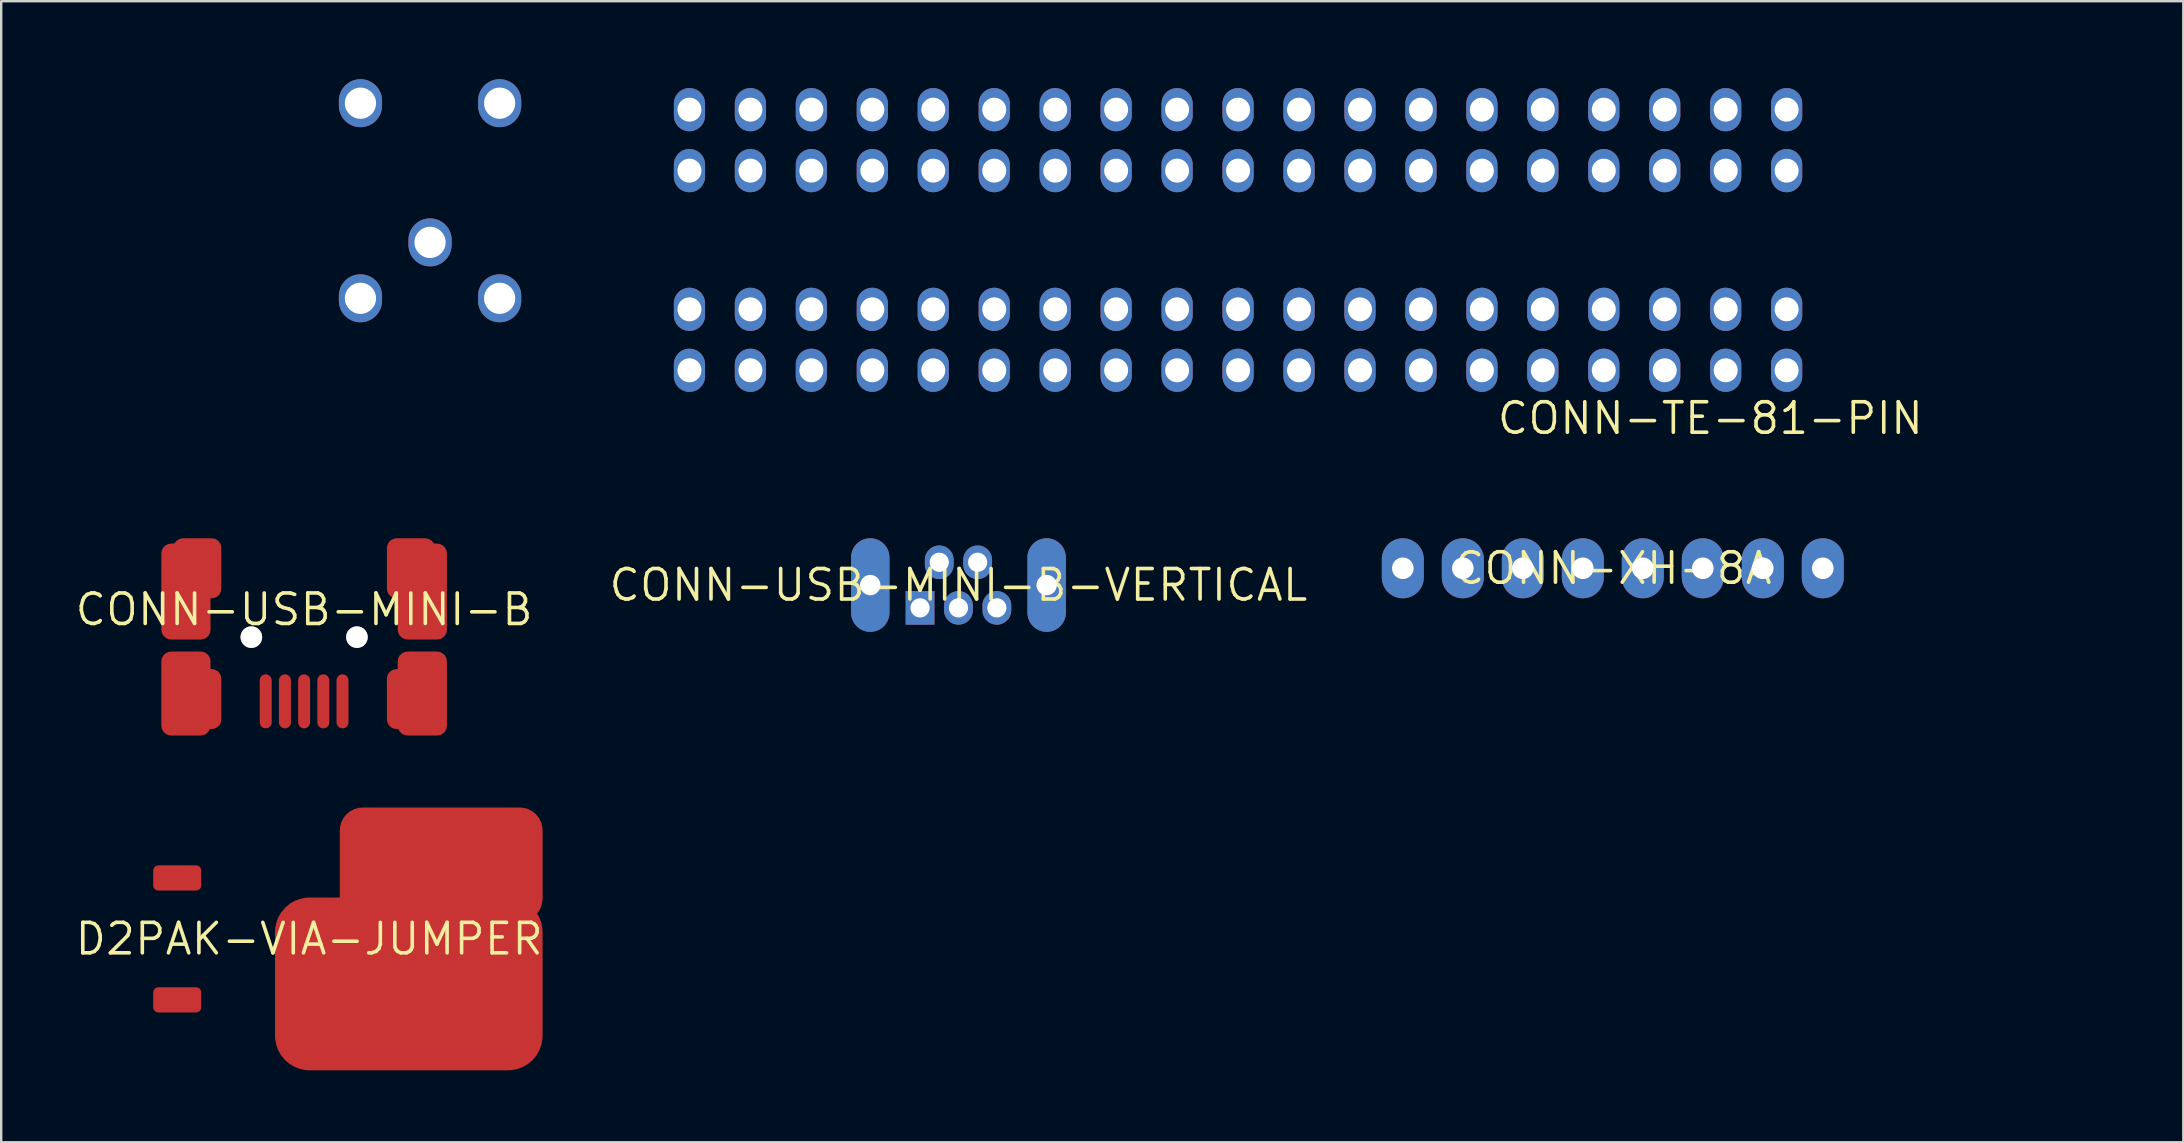
<source format=kicad_pcb>
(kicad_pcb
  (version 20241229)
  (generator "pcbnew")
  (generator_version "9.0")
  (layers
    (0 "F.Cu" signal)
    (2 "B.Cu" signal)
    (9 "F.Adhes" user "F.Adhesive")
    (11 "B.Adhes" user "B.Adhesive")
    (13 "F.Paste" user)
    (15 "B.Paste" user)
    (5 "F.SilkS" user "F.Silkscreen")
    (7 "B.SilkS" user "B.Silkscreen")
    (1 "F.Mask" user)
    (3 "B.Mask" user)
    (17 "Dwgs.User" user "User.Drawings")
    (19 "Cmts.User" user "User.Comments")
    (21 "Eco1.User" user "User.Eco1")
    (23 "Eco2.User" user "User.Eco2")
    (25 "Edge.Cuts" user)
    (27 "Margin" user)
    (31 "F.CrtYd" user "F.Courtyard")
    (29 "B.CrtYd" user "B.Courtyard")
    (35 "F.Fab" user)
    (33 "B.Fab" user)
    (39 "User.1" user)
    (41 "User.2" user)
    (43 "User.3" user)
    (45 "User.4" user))
  (footprint "CONN-XH-8A"
    (layer "F.Cu")
    (at 64.156 20.63)
    (property "Reference" "CONN-XH-8A" (at 0 0 0) (layer "F.SilkS") (effects (font (size 1.27 1.27) (thickness 0.15))))
    (attr through_hole)
    (pad "1" thru_hole oval (at -8.75 0) (size 1.75 2.5) (drill 0.9) (layers "F.Cu" "F.Mask"))
    (pad "2" thru_hole oval (at -6.25 0) (size 1.75 2.5) (drill 0.9) (layers "F.Cu" "F.Mask"))
    (pad "3" thru_hole oval (at -3.75 0) (size 1.75 2.5) (drill 0.9) (layers "F.Cu" "F.Mask"))
    (pad "4" thru_hole oval (at -1.25 0) (size 1.75 2.5) (drill 0.9) (layers "F.Cu" "F.Mask"))
    (pad "5" thru_hole oval (at 1.25 0) (size 1.75 2.5) (drill 0.9) (layers "F.Cu" "F.Mask"))
    (pad "6" thru_hole oval (at 3.75 0) (size 1.75 2.5) (drill 0.9) (layers "F.Cu" "F.Mask"))
    (pad "7" thru_hole oval (at 6.25 0) (size 1.75 2.5) (drill 0.9) (layers "F.Cu" "F.Mask"))
    (pad "8" thru_hole oval (at 8.75 0) (size 1.75 2.5) (drill 0.9) (layers "F.Cu" "F.Mask")))
  (footprint "CONN-USB-MINI-B"
    (layer "F.Cu")
    (at 9.623 22.349)
    (property "Reference" "CONN-USB-MINI-B" (at 0 0 0) (layer "F.SilkS") (effects (font (size 1.27 1.27) (thickness 0.15))))
    (attr through_hole)
    (pad "1" smd oval (at 1.6 3.826 180) (size 0.5 2.25) (layers "F.Cu" "F.Mask"))
    (pad "2" smd oval (at 0.8 3.826 180) (size 0.5 2.25) (layers "F.Cu" "F.Mask"))
    (pad "3" smd oval (at 0 3.826 180) (size 0.5 2.25) (layers "F.Cu" "F.Mask"))
    (pad "4" smd oval (at -0.8 3.826 180) (size 0.5 2.25) (layers "F.Cu" "F.Mask"))
    (pad "5" smd oval (at -1.6 3.826 180) (size 0.5 2.25) (layers "F.Cu" "F.Mask"))
    (pad "6" thru_hole oval (at 2.2 1.151 180) (size 0.9 0.9) (drill 0.9) (layers "F.Cu" "F.Mask"))
    (pad "7" thru_hole oval (at -2.2 1.151) (size 0.9 0.9) (drill 0.9) (layers "F.Cu" "F.Mask"))
    (pad "8" smd roundrect (at -4.925 3.501) (size 2.05 3.5) (layers "F.Cu" "F.Mask") (roundrect_rratio 0.2))
    (pad "9" smd roundrect (at -4.925 -0.749) (size 2.05 4) (layers "F.Cu" "F.Mask") (roundrect_rratio 0.2))
    (pad "10" smd roundrect (at 4.925 3.501 180) (size 2.05 3.5) (layers "F.Cu" "F.Mask") (roundrect_rratio 0.2))
    (pad "11" smd roundrect (at 4.925 -0.749 180) (size 2.05 4) (layers "F.Cu" "F.Mask") (roundrect_rratio 0.2))
    (pad "12" smd roundrect (at 4.45 3.731 180) (size 2 2.5) (layers "F.Cu" "F.Mask") (roundrect_rratio 0.2))
    (pad "13" smd roundrect (at 4.45 -1.719 180) (size 2 2.5) (layers "F.Cu" "F.Mask") (roundrect_rratio 0.2))
    (pad "14" smd roundrect (at -4.45 -1.719) (size 2 2.5) (layers "F.Cu" "F.Mask") (roundrect_rratio 0.2))
    (pad "15" smd roundrect (at -4.45 3.731) (size 2 2.5) (layers "F.Cu" "F.Mask") (roundrect_rratio 0.2)))
  (footprint "CONN-TE-81-PIN"
    (layer "F.Cu")
    (at 68.22 14.38)
    (property "Reference" "CONN-TE-81-PIN" (at 0 0 0) (layer "F.SilkS") (effects (font (size 1.27 1.27) (thickness 0.15))))
    (attr through_hole)
    (pad "" np_thru_hole circle (at -66.22 -4.57) (size 0.001 0.001) (drill 4) (layers "F.Cu" "F.Mask"))
    (pad "" np_thru_hole circle (at -62.85 0) (size 0.001 0.001) (drill 4) (layers "F.Cu" "F.Mask"))
    (pad "" np_thru_hole circle (at -61.33 -13.13) (size 0.001 0.001) (drill 2.5) (layers "F.Cu" "F.Mask"))
    (pad "" np_thru_hole circle (at -60.9 -7.8) (size 0.001 0.001) (drill 2.5) (layers "F.Cu" "F.Mask"))
    (pad "" np_thru_hole circle (at 9.25 -7.8 180) (size 0.001 0.001) (drill 2.5) (layers "F.Cu" "F.Mask"))
    (pad "" np_thru_hole circle (at 10.34 -13.13) (size 0.001 0.001) (drill 2.5) (layers "F.Cu" "F.Mask"))
    (pad "" np_thru_hole circle (at 11.2 0) (size 0.001 0.001) (drill 4) (layers "F.Cu" "F.Mask"))
    (pad "" np_thru_hole circle (at 14.71 -4.57 180) (size 0.001 0.001) (drill 4) (layers "F.Cu" "F.Mask"))
    (pad "1" thru_hole oval (at -56.25 -5) (size 1.8 2) (drill 1.3) (layers "F.Cu" "F.Mask"))
    (pad "2" thru_hole oval (at -50.45 -5) (size 1.8 2) (drill 1.3) (layers "F.Cu" "F.Mask"))
    (pad "3" thru_hole oval (at -53.35 -7.33) (size 1.8 2) (drill 1.3) (layers "F.Cu" "F.Mask"))
    (pad "4" thru_hole oval (at -56.25 -13.13) (size 1.8 2) (drill 1.3) (layers "F.Cu" "F.Mask"))
    (pad "5" thru_hole oval (at -50.45 -13.13) (size 1.8 2) (drill 1.3) (layers "F.Cu" "F.Mask"))
    (pad "6" thru_hole oval (at 3.18 -12.86) (size 1.3 1.8) (drill 1) (layers "F.Cu" "F.Mask"))
    (pad "7" thru_hole oval (at 0.64 -12.86) (size 1.3 1.8) (drill 1) (layers "F.Cu" "F.Mask"))
    (pad "8" thru_hole oval (at -1.9 -12.86) (size 1.3 1.8) (drill 1) (layers "F.Cu" "F.Mask"))
    (pad "9" thru_hole oval (at -4.44 -12.86) (size 1.3 1.8) (drill 1) (layers "F.Cu" "F.Mask"))
    (pad "10" thru_hole oval (at -6.98 -12.86) (size 1.3 1.8) (drill 1) (layers "F.Cu" "F.Mask"))
    (pad "11" thru_hole oval (at -9.52 -12.86) (size 1.3 1.8) (drill 1) (layers "F.Cu" "F.Mask"))
    (pad "12" thru_hole oval (at -12.06 -12.86) (size 1.3 1.8) (drill 1) (layers "F.Cu" "F.Mask"))
    (pad "13" thru_hole oval (at -14.6 -12.86) (size 1.3 1.8) (drill 1) (layers "F.Cu" "F.Mask"))
    (pad "14" thru_hole oval (at -17.14 -12.86) (size 1.3 1.8) (drill 1) (layers "F.Cu" "F.Mask"))
    (pad "15" thru_hole oval (at -19.68 -12.86) (size 1.3 1.8) (drill 1) (layers "F.Cu" "F.Mask"))
    (pad "16" thru_hole oval (at -22.22 -12.86) (size 1.3 1.8) (drill 1) (layers "F.Cu" "F.Mask"))
    (pad "17" thru_hole oval (at -24.76 -12.86) (size 1.3 1.8) (drill 1) (layers "F.Cu" "F.Mask"))
    (pad "18" thru_hole oval (at -27.3 -12.86) (size 1.3 1.8) (drill 1) (layers "F.Cu" "F.Mask"))
    (pad "19" thru_hole oval (at -29.84 -12.86) (size 1.3 1.8) (drill 1) (layers "F.Cu" "F.Mask"))
    (pad "20" thru_hole oval (at -32.38 -12.86) (size 1.3 1.8) (drill 1) (layers "F.Cu" "F.Mask"))
    (pad "21" thru_hole oval (at -34.92 -12.86) (size 1.3 1.8) (drill 1) (layers "F.Cu" "F.Mask"))
    (pad "22" thru_hole oval (at -37.46 -12.86) (size 1.3 1.8) (drill 1) (layers "F.Cu" "F.Mask"))
    (pad "23" thru_hole oval (at -40 -12.86) (size 1.3 1.8) (drill 1) (layers "F.Cu" "F.Mask"))
    (pad "24" thru_hole oval (at -42.54 -12.86) (size 1.3 1.8) (drill 1) (layers "F.Cu" "F.Mask"))
    (pad "25" thru_hole oval (at 3.18 -10.32) (size 1.3 1.8) (drill 1) (layers "F.Cu" "F.Mask"))
    (pad "26" thru_hole oval (at 0.64 -10.32) (size 1.3 1.8) (drill 1) (layers "F.Cu" "F.Mask"))
    (pad "27" thru_hole oval (at -1.9 -10.32) (size 1.3 1.8) (drill 1) (layers "F.Cu" "F.Mask"))
    (pad "28" thru_hole oval (at -4.44 -10.32) (size 1.3 1.8) (drill 1) (layers "F.Cu" "F.Mask"))
    (pad "29" thru_hole oval (at -6.98 -10.32) (size 1.3 1.8) (drill 1) (layers "F.Cu" "F.Mask"))
    (pad "30" thru_hole oval (at -9.52 -10.32) (size 1.3 1.8) (drill 1) (layers "F.Cu" "F.Mask"))
    (pad "31" thru_hole oval (at -12.06 -10.32) (size 1.3 1.8) (drill 1) (layers "F.Cu" "F.Mask"))
    (pad "32" thru_hole oval (at -14.6 -10.32) (size 1.3 1.8) (drill 1) (layers "F.Cu" "F.Mask"))
    (pad "33" thru_hole oval (at -17.14 -10.32) (size 1.3 1.8) (drill 1) (layers "F.Cu" "F.Mask"))
    (pad "34" thru_hole oval (at -19.68 -10.32) (size 1.3 1.8) (drill 1) (layers "F.Cu" "F.Mask"))
    (pad "35" thru_hole oval (at -22.22 -10.32) (size 1.3 1.8) (drill 1) (layers "F.Cu" "F.Mask"))
    (pad "36" thru_hole oval (at -24.76 -10.32) (size 1.3 1.8) (drill 1) (layers "F.Cu" "F.Mask"))
    (pad "37" thru_hole oval (at -27.3 -10.32) (size 1.3 1.8) (drill 1) (layers "F.Cu" "F.Mask"))
    (pad "38" thru_hole oval (at -29.84 -10.32) (size 1.3 1.8) (drill 1) (layers "F.Cu" "F.Mask"))
    (pad "39" thru_hole oval (at -32.38 -10.32) (size 1.3 1.8) (drill 1) (layers "F.Cu" "F.Mask"))
    (pad "40" thru_hole oval (at -34.92 -10.32) (size 1.3 1.8) (drill 1) (layers "F.Cu" "F.Mask"))
    (pad "41" thru_hole oval (at -37.46 -10.32) (size 1.3 1.8) (drill 1) (layers "F.Cu" "F.Mask"))
    (pad "42" thru_hole oval (at -40 -10.32) (size 1.3 1.8) (drill 1) (layers "F.Cu" "F.Mask"))
    (pad "43" thru_hole oval (at -42.54 -10.32) (size 1.3 1.8) (drill 1) (layers "F.Cu" "F.Mask"))
    (pad "44" thru_hole oval (at 3.18 -4.54) (size 1.3 1.8) (drill 1) (layers "F.Cu" "F.Mask"))
    (pad "45" thru_hole oval (at 0.64 -4.54) (size 1.3 1.8) (drill 1) (layers "F.Cu" "F.Mask"))
    (pad "46" thru_hole oval (at -1.9 -4.54) (size 1.3 1.8) (drill 1) (layers "F.Cu" "F.Mask"))
    (pad "47" thru_hole oval (at -4.44 -4.54) (size 1.3 1.8) (drill 1) (layers "F.Cu" "F.Mask"))
    (pad "48" thru_hole oval (at -6.98 -4.54) (size 1.3 1.8) (drill 1) (layers "F.Cu" "F.Mask"))
    (pad "49" thru_hole oval (at -9.52 -4.54) (size 1.3 1.8) (drill 1) (layers "F.Cu" "F.Mask"))
    (pad "50" thru_hole oval (at -12.06 -4.54) (size 1.3 1.8) (drill 1) (layers "F.Cu" "F.Mask"))
    (pad "51" thru_hole oval (at -14.6 -4.54) (size 1.3 1.8) (drill 1) (layers "F.Cu" "F.Mask"))
    (pad "52" thru_hole oval (at -17.14 -4.54) (size 1.3 1.8) (drill 1) (layers "F.Cu" "F.Mask"))
    (pad "53" thru_hole oval (at -19.68 -4.54) (size 1.3 1.8) (drill 1) (layers "F.Cu" "F.Mask"))
    (pad "54" thru_hole oval (at -22.22 -4.54) (size 1.3 1.8) (drill 1) (layers "F.Cu" "F.Mask"))
    (pad "55" thru_hole oval (at -24.76 -4.54) (size 1.3 1.8) (drill 1) (layers "F.Cu" "F.Mask"))
    (pad "56" thru_hole oval (at -27.3 -4.54) (size 1.3 1.8) (drill 1) (layers "F.Cu" "F.Mask"))
    (pad "57" thru_hole oval (at -29.84 -4.54) (size 1.3 1.8) (drill 1) (layers "F.Cu" "F.Mask"))
    (pad "58" thru_hole oval (at -32.38 -4.54) (size 1.3 1.8) (drill 1) (layers "F.Cu" "F.Mask"))
    (pad "59" thru_hole oval (at -34.92 -4.54) (size 1.3 1.8) (drill 1) (layers "F.Cu" "F.Mask"))
    (pad "60" thru_hole oval (at -37.46 -4.54) (size 1.3 1.8) (drill 1) (layers "F.Cu" "F.Mask"))
    (pad "61" thru_hole oval (at -40 -4.54) (size 1.3 1.8) (drill 1) (layers "F.Cu" "F.Mask"))
    (pad "62" thru_hole oval (at -42.54 -4.54) (size 1.3 1.8) (drill 1) (layers "F.Cu" "F.Mask"))
    (pad "63" thru_hole oval (at 3.18 -2) (size 1.3 1.8) (drill 1) (layers "F.Cu" "F.Mask"))
    (pad "64" thru_hole oval (at 0.64 -2) (size 1.3 1.8) (drill 1) (layers "F.Cu" "F.Mask"))
    (pad "65" thru_hole oval (at -1.9 -2) (size 1.3 1.8) (drill 1) (layers "F.Cu" "F.Mask"))
    (pad "66" thru_hole oval (at -4.44 -2) (size 1.3 1.8) (drill 1) (layers "F.Cu" "F.Mask"))
    (pad "67" thru_hole oval (at -6.98 -2) (size 1.3 1.8) (drill 1) (layers "F.Cu" "F.Mask"))
    (pad "68" thru_hole oval (at -9.52 -2) (size 1.3 1.8) (drill 1) (layers "F.Cu" "F.Mask"))
    (pad "69" thru_hole oval (at -12.06 -2) (size 1.3 1.8) (drill 1) (layers "F.Cu" "F.Mask"))
    (pad "70" thru_hole oval (at -14.6 -2) (size 1.3 1.8) (drill 1) (layers "F.Cu" "F.Mask"))
    (pad "71" thru_hole oval (at -17.14 -2) (size 1.3 1.8) (drill 1) (layers "F.Cu" "F.Mask"))
    (pad "72" thru_hole oval (at -19.68 -2) (size 1.3 1.8) (drill 1) (layers "F.Cu" "F.Mask"))
    (pad "73" thru_hole oval (at -22.22 -2) (size 1.3 1.8) (drill 1) (layers "F.Cu" "F.Mask"))
    (pad "74" thru_hole oval (at -24.76 -2) (size 1.3 1.8) (drill 1) (layers "F.Cu" "F.Mask"))
    (pad "75" thru_hole oval (at -27.3 -2) (size 1.3 1.8) (drill 1) (layers "F.Cu" "F.Mask"))
    (pad "76" thru_hole oval (at -29.84 -2) (size 1.3 1.8) (drill 1) (layers "F.Cu" "F.Mask"))
    (pad "77" thru_hole oval (at -32.38 -2) (size 1.3 1.8) (drill 1) (layers "F.Cu" "F.Mask"))
    (pad "78" thru_hole oval (at -34.92 -2) (size 1.3 1.8) (drill 1) (layers "F.Cu" "F.Mask"))
    (pad "79" thru_hole oval (at -37.46 -2) (size 1.3 1.8) (drill 1) (layers "F.Cu" "F.Mask"))
    (pad "80" thru_hole oval (at -40 -2) (size 1.3 1.8) (drill 1) (layers "F.Cu" "F.Mask"))
    (pad "81" thru_hole oval (at -42.54 -2) (size 1.3 1.8) (drill 1) (layers "F.Cu" "F.Mask")))
  (footprint "CONN-USB-MINI-B-VERTICAL"
    (layer "F.Cu")
    (at 36.889 21.33)
    (property "Reference" "CONN-USB-MINI-B-VERTICAL" (at 0 0 0) (layer "F.SilkS") (effects (font (size 1.27 1.27) (thickness 0.15))))
    (attr through_hole)
    (pad "1" thru_hole rect (at -1.6 0.95 270) (size 1.4 1.2) (drill 0.8) (layers "F.Cu" "F.Mask"))
    (pad "2" thru_hole oval (at -0.8 -0.95 270) (size 1.4 1.2) (drill 0.8) (layers "F.Cu" "F.Mask"))
    (pad "3" thru_hole oval (at 0 0.95 270) (size 1.4 1.2) (drill 0.8) (layers "F.Cu" "F.Mask"))
    (pad "4" thru_hole oval (at 0.8 -0.95 270) (size 1.4 1.2) (drill 0.8) (layers "F.Cu" "F.Mask"))
    (pad "5" thru_hole oval (at 1.6 0.95 270) (size 1.4 1.2) (drill 0.8) (layers "F.Cu" "F.Mask"))
    (pad "6" thru_hole oval (at 3.675 0 90) (size 3.9 1.6) (drill 0.85) (layers "F.Cu" "F.Mask"))
    (pad "7" thru_hole oval (at -3.675 0 90) (size 3.9 1.6) (drill 0.85) (layers "F.Cu" "F.Mask")))
  (footprint "D2PAK-VIA-JUMPER"
    (layer "F.Cu")
    (at 9.835 36.075)
    (property "Reference" "D2PAK-VIA-JUMPER" (at 0 0 0) (layer "F.SilkS") (effects (font (size 1.27 1.27) (thickness 0.15))))
    (attr through_hole)
    (pad "1" smd roundrect (at -5.5 -2.54 270) (size 1.05 2) (layers "F.Cu" "F.Mask") (roundrect_rratio 0.2))
    (pad "2" smd rect (at 7.475 -3.275 270) (size 1 3) (layers "F.Cu" "F.Mask"))
    (pad "3" smd rect (at 7.475 0 270) (size 1 3) (layers "F.Cu" "F.Mask"))
    (pad "4" smd rect (at 7.475 3.275 270) (size 1 3) (layers "F.Cu" "F.Mask"))
    (pad "5" smd rect (at 2.925 -3.25 90) (size 1 2) (layers "F.Cu" "F.Mask"))
    (pad "6" smd rect (at 2.425 0.025 90) (size 1 3) (layers "F.Cu" "F.Mask"))
    (pad "7" smd rect (at 2.425 3.3 90) (size 1 3) (layers "F.Cu" "F.Mask"))
    (pad "8" smd roundrect (at 4.15 1.875) (size 11.15 7.2) (layers "F.Cu" "F.Mask") (roundrect_rratio 0.2))
    (pad "9" smd roundrect (at 5.5 -3.1) (size 8.45 4.75) (layers "F.Cu" "F.Mask") (roundrect_rratio 0.2))
    (pad "10" smd roundrect (at -5.5 2.54 270) (size 1.05 2) (layers "F.Cu" "F.Mask") (roundrect_rratio 0.2)))
  (gr_rect
    (start -3 -3)
    (end 87.93 44.55)
    (stroke (width 0.1) (type default))
    (fill no)
    (layer "Edge.Cuts")))
</source>
